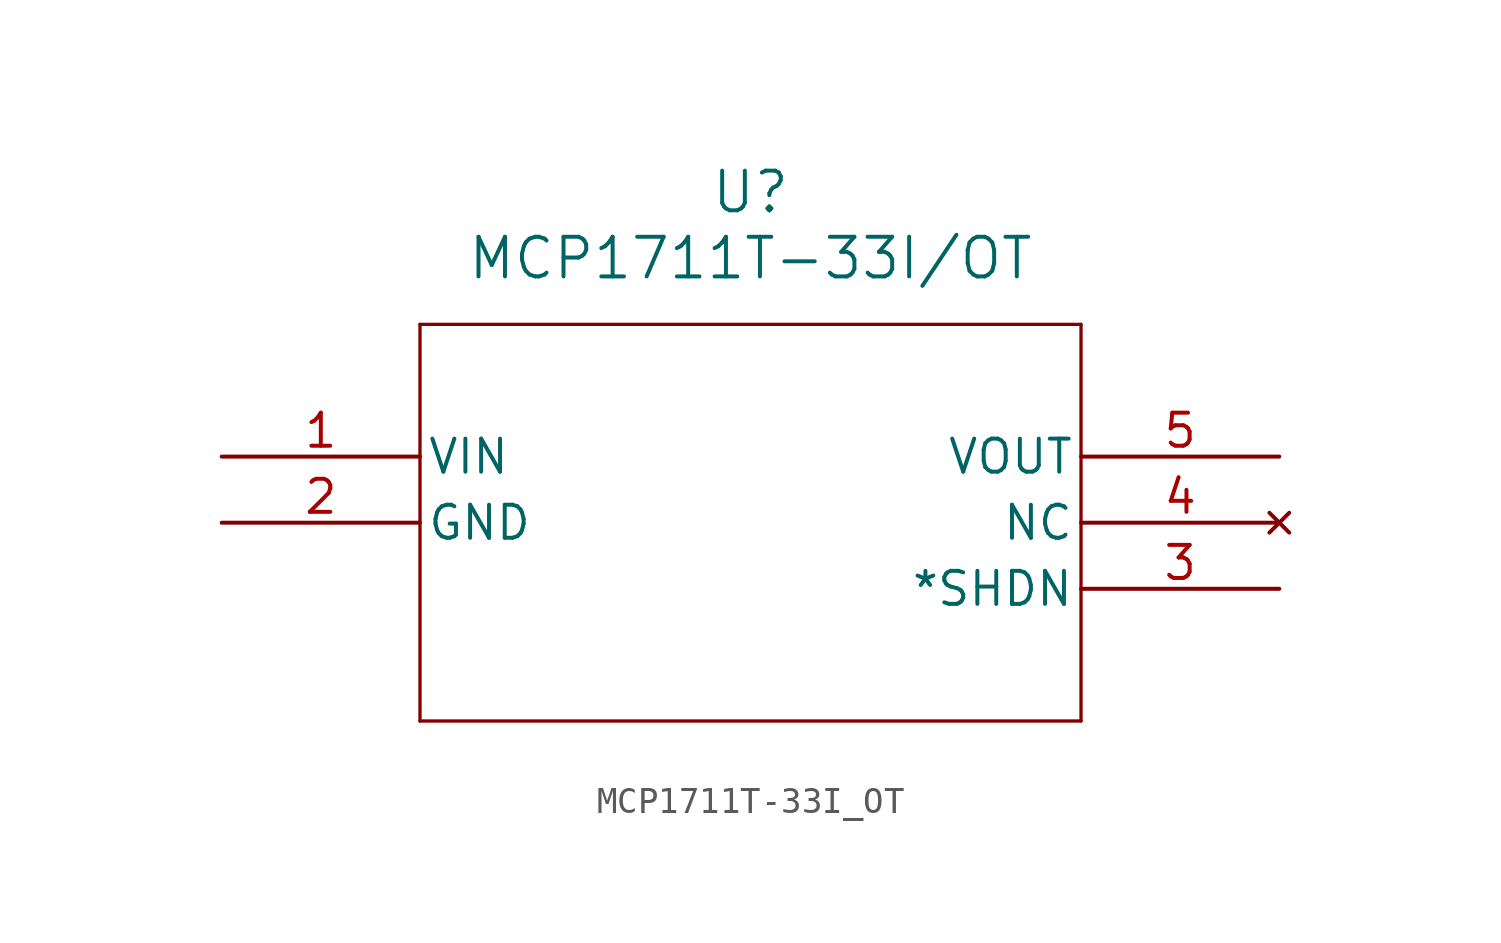
<source format=kicad_sym>
(kicad_symbol_lib
  (version 20211014)
  (generator kicad_symbol_editor)
  (symbol "MCP1711T-33I_OT"
    (pin_names
      (offset 0.254))
    (property "Reference" "U"
      (at 20.32 10.16 0)
      (effects (font (size 1.524 1.524))))
    (property "Value" "MCP1711T-33I/OT"
      (at 20.32 7.62 0)
      (effects (font (size 1.524 1.524))))
    (symbol "MCP1711T-33I_OT_0_1"
      (polyline (pts (xy 7.62 5.08) (xy 7.62 -10.16)) (stroke (width 0.127) (type default) (color 0 0 0 0)) (fill (type none)))
      (polyline (pts (xy 7.62 -10.16) (xy 33.02 -10.16)) (stroke (width 0.127) (type default) (color 0 0 0 0)) (fill (type none)))
      (polyline (pts (xy 33.02 -10.16) (xy 33.02 5.08)) (stroke (width 0.127) (type default) (color 0 0 0 0)) (fill (type none)))
      (polyline (pts (xy 33.02 5.08) (xy 7.62 5.08)) (stroke (width 0.127) (type default) (color 0 0 0 0)) (fill (type none)))
      (pin power_in line (at 0 0 0) (length 7.62) (name "VIN" (effects (font (size 1.27 1.27)))) (number "1" (effects (font (size 1.27 1.27)))))
      (pin power_out line (at 0 -2.54 0) (length 7.62) (name "GND" (effects (font (size 1.27 1.27)))) (number "2" (effects (font (size 1.27 1.27)))))
      (pin input line (at 40.64 -5.08 180) (length 7.62) (name "*SHDN" (effects (font (size 1.27 1.27)))) (number "3" (effects (font (size 1.27 1.27)))))
      (pin no_connect line (at 40.64 -2.54 180) (length 7.62) (name "NC" (effects (font (size 1.27 1.27)))) (number "4" (effects (font (size 1.27 1.27)))))
      (pin output line (at 40.64 0 180) (length 7.62) (name "VOUT" (effects (font (size 1.27 1.27)))) (number "5" (effects (font (size 1.27 1.27))))))))
</source>
